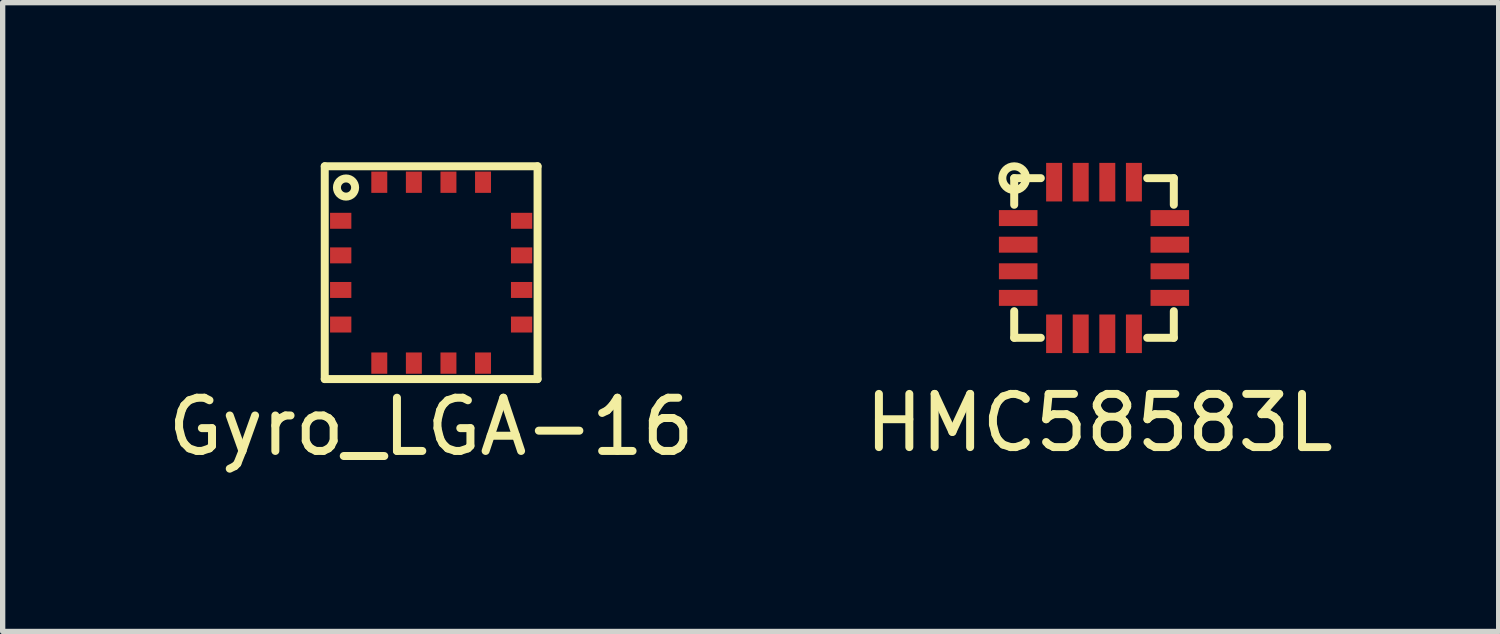
<source format=kicad_pcb>
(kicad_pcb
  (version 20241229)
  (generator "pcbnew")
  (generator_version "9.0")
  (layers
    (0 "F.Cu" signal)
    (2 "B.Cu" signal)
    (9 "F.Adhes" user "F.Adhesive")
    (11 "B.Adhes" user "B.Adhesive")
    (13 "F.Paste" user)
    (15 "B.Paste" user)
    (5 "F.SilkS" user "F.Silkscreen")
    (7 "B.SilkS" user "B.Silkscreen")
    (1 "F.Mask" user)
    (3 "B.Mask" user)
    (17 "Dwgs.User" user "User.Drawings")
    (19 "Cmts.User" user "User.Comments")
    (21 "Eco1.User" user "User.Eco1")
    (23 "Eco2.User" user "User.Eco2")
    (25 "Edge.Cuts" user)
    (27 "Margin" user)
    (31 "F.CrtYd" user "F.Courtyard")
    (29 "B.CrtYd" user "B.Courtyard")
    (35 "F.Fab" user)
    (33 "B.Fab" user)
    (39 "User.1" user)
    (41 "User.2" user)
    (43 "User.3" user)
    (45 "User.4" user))
  (footprint "HMC58583L"
    (layer "F.Cu")
    (at 17.513 1.799)
    (property "Reference" "HMC58583L" (at 0.1 3.1 0) (layer "F.SilkS") (effects (font (size 1 1) (thickness 0.15))))
    (attr through_hole)
    (fp_line (start -1.5 -1.5) (end -1.5 -1) (stroke (width 0.15) (type solid)) (layer "F.SilkS"))
    (fp_line (start -1.5 -1.5) (end -1 -1.5) (stroke (width 0.15) (type solid)) (layer "F.SilkS"))
    (fp_line (start -1.5 1) (end -1.5 1.5) (stroke (width 0.15) (type solid)) (layer "F.SilkS"))
    (fp_line (start -1.5 1.5) (end -1 1.5) (stroke (width 0.15) (type solid)) (layer "F.SilkS"))
    (fp_line (start 1 -1.5) (end 1.5 -1.5) (stroke (width 0.15) (type solid)) (layer "F.SilkS"))
    (fp_line (start 1 1.5) (end 1.5 1.5) (stroke (width 0.15) (type solid)) (layer "F.SilkS"))
    (fp_line (start 1.5 -1.5) (end 1.5 -1) (stroke (width 0.15) (type solid)) (layer "F.SilkS"))
    (fp_line (start 1.5 1.5) (end 1.5 1) (stroke (width 0.15) (type solid)) (layer "F.SilkS"))
    (fp_circle (center -1.5 -1.5) (end -1.6 -1.7) (stroke (width 0.15) (type solid)) (fill no) (layer "F.SilkS"))
    (pad "1" smd rect (at -1.425 -0.75) (size 0.725 0.3) (layers "F.Cu" "F.Mask" "F.Paste"))
    (pad "2" smd rect (at -1.425 -0.25) (size 0.725 0.3) (layers "F.Cu" "F.Mask" "F.Paste"))
    (pad "3" smd rect (at -1.425 0.25) (size 0.725 0.3) (layers "F.Cu" "F.Mask" "F.Paste"))
    (pad "4" smd rect (at -1.425 0.75) (size 0.725 0.3) (layers "F.Cu" "F.Mask" "F.Paste"))
    (pad "5" smd rect (at -0.75 1.425) (size 0.3 0.725) (layers "F.Cu" "F.Mask" "F.Paste"))
    (pad "6" smd rect (at -0.25 1.425) (size 0.3 0.725) (layers "F.Cu" "F.Mask" "F.Paste"))
    (pad "7" smd rect (at 0.25 1.425) (size 0.3 0.725) (layers "F.Cu" "F.Mask" "F.Paste"))
    (pad "8" smd rect (at 0.75 1.425) (size 0.3 0.725) (layers "F.Cu" "F.Mask" "F.Paste"))
    (pad "9" smd rect (at 1.425 0.75) (size 0.725 0.3) (layers "F.Cu" "F.Mask" "F.Paste"))
    (pad "10" smd rect (at 1.425 0.25) (size 0.725 0.3) (layers "F.Cu" "F.Mask" "F.Paste"))
    (pad "11" smd rect (at 1.425 -0.25) (size 0.725 0.3) (layers "F.Cu" "F.Mask" "F.Paste"))
    (pad "12" smd rect (at 1.425 -0.75) (size 0.725 0.3) (layers "F.Cu" "F.Mask" "F.Paste"))
    (pad "13" smd rect (at 0.75 -1.425) (size 0.3 0.725) (layers "F.Cu" "F.Mask" "F.Paste"))
    (pad "14" smd rect (at 0.25 -1.425) (size 0.3 0.725) (layers "F.Cu" "F.Mask" "F.Paste"))
    (pad "15" smd rect (at -0.25 -1.425) (size 0.3 0.725) (layers "F.Cu" "F.Mask" "F.Paste"))
    (pad "16" smd rect (at -0.75 -1.425) (size 0.3 0.725) (layers "F.Cu" "F.Mask" "F.Paste")))
  (footprint "Gyro_LGA-16"
    (layer "F.Cu")
    (at 5.054 2.075)
    (property "Reference" "Gyro_LGA-16" (at 0 2.896 0) (layer "F.SilkS") (effects (font (size 1 1) (thickness 0.15))))
    (attr through_hole)
    (fp_line (start -2 -2) (end 2 -2) (stroke (width 0.15) (type solid)) (layer "F.SilkS"))
    (fp_line (start -2 2) (end -2 -2) (stroke (width 0.15) (type solid)) (layer "F.SilkS"))
    (fp_line (start 2 -2) (end 2 2) (stroke (width 0.15) (type solid)) (layer "F.SilkS"))
    (fp_line (start 2 2) (end -2 2) (stroke (width 0.15) (type solid)) (layer "F.SilkS"))
    (fp_circle (center -1.6 -1.6) (end -1.676 -1.753) (stroke (width 0.15) (type solid)) (fill no) (layer "F.SilkS"))
    (pad "1" smd rect (at 1.7 -0.975) (size 0.4 0.3) (layers "F.Cu" "F.Mask" "F.Paste"))
    (pad "2" smd rect (at 1.7 -0.325) (size 0.4 0.3) (layers "F.Cu" "F.Mask" "F.Paste"))
    (pad "3" smd rect (at 1.7 0.325) (size 0.4 0.3) (layers "F.Cu" "F.Mask" "F.Paste"))
    (pad "4" smd rect (at 1.7 0.975) (size 0.4 0.3) (layers "F.Cu" "F.Mask" "F.Paste"))
    (pad "5" smd rect (at 0.975 1.7) (size 0.3 0.4) (layers "F.Cu" "F.Mask" "F.Paste"))
    (pad "6" smd rect (at 0.325 1.7) (size 0.3 0.4) (layers "F.Cu" "F.Mask" "F.Paste"))
    (pad "7" smd rect (at -0.325 1.7) (size 0.3 0.4) (layers "F.Cu" "F.Mask" "F.Paste"))
    (pad "8" smd rect (at -0.975 1.7) (size 0.3 0.4) (layers "F.Cu" "F.Mask" "F.Paste"))
    (pad "9" smd rect (at -1.7 0.975) (size 0.4 0.3) (layers "F.Cu" "F.Mask" "F.Paste"))
    (pad "10" smd rect (at -1.7 0.325) (size 0.4 0.3) (layers "F.Cu" "F.Mask" "F.Paste"))
    (pad "11" smd rect (at -1.7 -0.325) (size 0.4 0.3) (layers "F.Cu" "F.Mask" "F.Paste"))
    (pad "12" smd rect (at -1.7 -0.975) (size 0.4 0.3) (layers "F.Cu" "F.Mask" "F.Paste"))
    (pad "13" smd rect (at -0.975 -1.7) (size 0.3 0.4) (layers "F.Cu" "F.Mask" "F.Paste"))
    (pad "14" smd rect (at -0.325 -1.7) (size 0.3 0.4) (layers "F.Cu" "F.Mask" "F.Paste"))
    (pad "15" smd rect (at 0.325 -1.7) (size 0.3 0.4) (layers "F.Cu" "F.Mask" "F.Paste"))
    (pad "16" smd rect (at 0.975 -1.7) (size 0.3 0.4) (layers "F.Cu" "F.Mask" "F.Paste")))
  (gr_rect
    (start -3 -3)
    (end 25.119 8.819)
    (stroke (width 0.1) (type default))
    (fill no)
    (layer "Edge.Cuts")))
</source>
